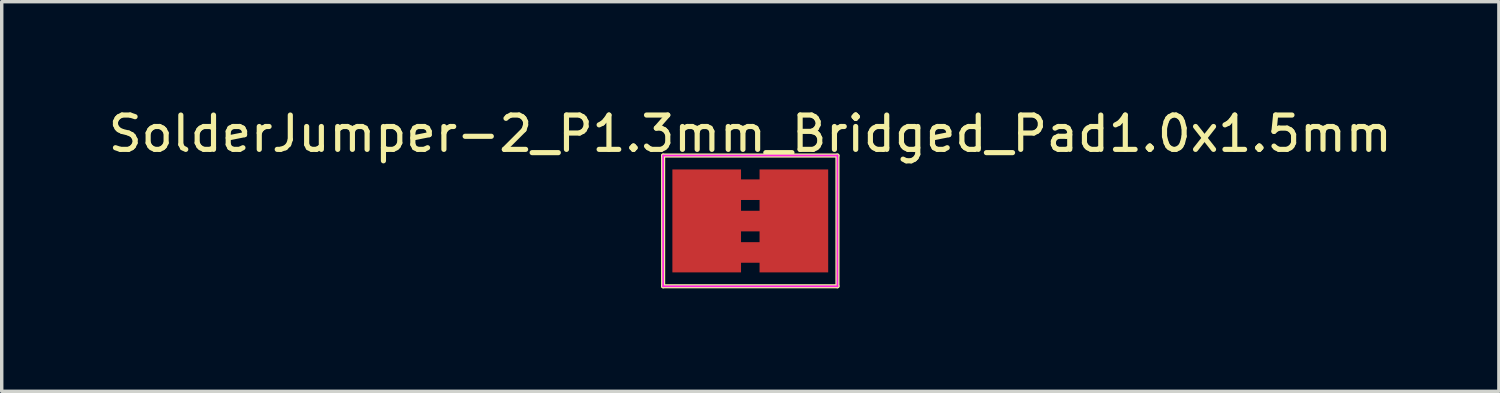
<source format=kicad_pcb>
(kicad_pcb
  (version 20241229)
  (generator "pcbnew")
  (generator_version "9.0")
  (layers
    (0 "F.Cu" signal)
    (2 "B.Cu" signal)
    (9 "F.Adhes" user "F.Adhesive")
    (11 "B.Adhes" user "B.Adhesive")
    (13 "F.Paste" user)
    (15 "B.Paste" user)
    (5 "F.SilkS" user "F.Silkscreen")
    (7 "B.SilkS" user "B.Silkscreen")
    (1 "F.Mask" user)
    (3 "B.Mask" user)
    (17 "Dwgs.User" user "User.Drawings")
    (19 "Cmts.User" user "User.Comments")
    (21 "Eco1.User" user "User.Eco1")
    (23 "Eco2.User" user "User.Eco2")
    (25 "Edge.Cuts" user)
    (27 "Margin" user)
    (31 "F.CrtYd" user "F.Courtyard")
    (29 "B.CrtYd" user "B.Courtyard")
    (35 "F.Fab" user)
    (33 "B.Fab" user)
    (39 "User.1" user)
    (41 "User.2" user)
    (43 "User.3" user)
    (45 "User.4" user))
  (footprint "SolderJumper-2_P1.3mm_Bridged_Pad1.0x1.5mm"
    (layer "F.Cu")
    (at 18.815 3.388)
    (property "Reference" "SolderJumper-2_P1.3mm_Bridged_Pad1.0x1.5mm" (at 0 -2.54 0) (layer "F.SilkS") (effects (font (size 1 1) (thickness 0.15))))
    (attr exclude_from_pos_files exclude_from_bom)
    (fp_poly (pts (xy -0.305 -0.295) (xy 0.297 -0.295) (xy 0.297 0.305) (xy -0.305 0.305)) (stroke (width 0) (type solid)) (fill yes) (layer "F.Cu"))
    (fp_poly (pts (xy -0.305 0.619) (xy 0.297 0.619) (xy 0.297 1.219) (xy -0.305 1.219)) (stroke (width 0) (type solid)) (fill yes) (layer "F.Cu"))
    (fp_poly (pts (xy -0.301 -1.21) (xy 0.301 -1.21) (xy 0.301 -0.61) (xy -0.301 -0.61)) (stroke (width 0) (type solid)) (fill yes) (layer "F.Cu"))
    (fp_line (start -2.54 -1.905) (end 2.54 -1.905) (stroke (width 0.12) (type solid)) (layer "F.SilkS"))
    (fp_line (start -2.54 1.905) (end -2.54 -1.905) (stroke (width 0.12) (type solid)) (layer "F.SilkS"))
    (fp_line (start 2.54 -1.905) (end 2.54 1.905) (stroke (width 0.12) (type solid)) (layer "F.SilkS"))
    (fp_line (start 2.54 1.905) (end -2.54 1.905) (stroke (width 0.12) (type solid)) (layer "F.SilkS"))
    (fp_line (start -2.54 -1.905) (end -2.54 1.905) (stroke (width 0.05) (type solid)) (layer "F.CrtYd"))
    (fp_line (start -2.54 -1.905) (end 2.54 -1.905) (stroke (width 0.05) (type solid)) (layer "F.CrtYd"))
    (fp_line (start 2.54 1.905) (end -2.54 1.905) (stroke (width 0.05) (type solid)) (layer "F.CrtYd"))
    (fp_line (start 2.54 1.905) (end 2.54 -1.905) (stroke (width 0.05) (type solid)) (layer "F.CrtYd"))
    (pad "1" smd rect (at -1.27 0) (size 2 3) (layers "F.Cu" "F.Mask"))
    (pad "2" smd rect (at 1.27 0) (size 2 3) (layers "F.Cu" "F.Mask")))
  (gr_rect
    (start -3 -3)
    (end 40.631 8.353)
    (stroke (width 0.1) (type default))
    (fill no)
    (layer "Edge.Cuts")))
</source>
